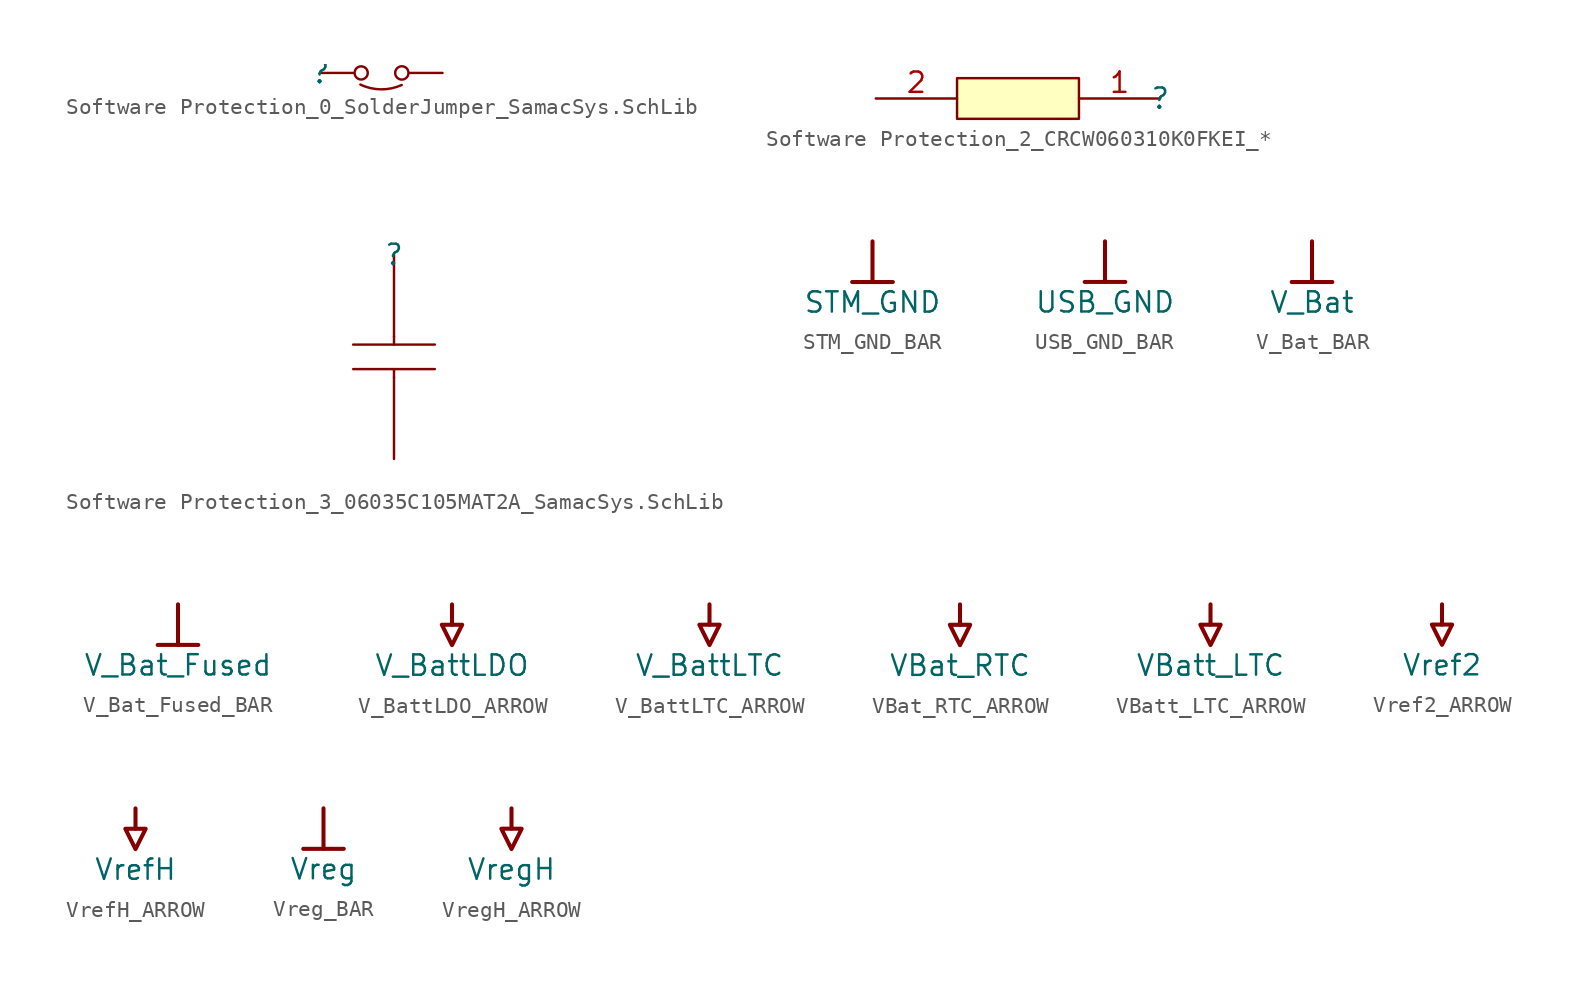
<source format=kicad_sym>
(kicad_symbol_lib
  (version 20241209)
  (generator "kicad_symbol_editor")
  (generator_version "9.0")
  (symbol "Software Protection_0_SolderJumper_SamacSys.SchLib"
    (pin_numbers
      (hide yes))
    (pin_names
      (hide yes))
    (property "Reference" ""
      (at 0 0 0)
      (effects (font (size 1.27 1.27))))
    (property "Value" ""
      (at 0 0 0)
      (effects (font (size 1.27 1.27))))
    (symbol "Software Protection_0_SolderJumper_SamacSys.SchLib_1_0"
      (circle (center 2.54 0) (radius 0.411) (stroke (width 0) (type solid)) (fill (type none)))
      (arc (start 5.0724 -0.7544) (mid 3.7782 -1.0269) (end 2.49 -0.7275) (stroke (width 0) (type solid)) (fill (type none)))
      (circle (center 5.08 0) (radius 0.416) (stroke (width 0) (type solid)) (fill (type none)))
      (pin passive line (at 0 0 0) (length 2.032) (name "1" (effects (font (size 1.27 1.27)))) (number "1" (effects (font (size 1.27 1.27)))))
      (pin passive line (at 7.62 0 180) (length 2.032) (name "2" (effects (font (size 1.27 1.27)))) (number "2" (effects (font (size 1.27 1.27)))))))
  (symbol "Software Protection_2_CRCW060310K0FKEI_*"
    (pin_names
      (hide yes))
    (property "Reference" ""
      (at 0 0 0)
      (effects (font (size 1.27 1.27))))
    (property "Value" ""
      (at 0 0 0)
      (effects (font (size 1.27 1.27))))
    (symbol "Software Protection_2_CRCW060310K0FKEI_*_1_0"
      (rectangle (start -5.08 1.27) (end -12.7 -1.27) (stroke (width 0) (type solid) (color 128 0 0 1)) (fill (type background)))
      (pin passive line (at -17.78 0 0) (length 5.08) (name "2" (effects (font (size 1.27 1.27)))) (number "2" (effects (font (size 1.27 1.27)))))
      (pin passive line (at 0 0 180) (length 5.08) (name "1" (effects (font (size 1.27 1.27)))) (number "1" (effects (font (size 1.27 1.27)))))))
  (symbol "Software Protection_3_06035C105MAT2A_SamacSys.SchLib"
    (pin_numbers
      (hide yes))
    (pin_names
      (hide yes))
    (property "Reference" ""
      (at 0 0 0)
      (effects (font (size 1.27 1.27))))
    (property "Value" ""
      (at 0 0 0)
      (effects (font (size 1.27 1.27))))
    (symbol "Software Protection_3_06035C105MAT2A_SamacSys.SchLib_1_0"
      (polyline (pts (xy 0 -5.08) (xy 0 -5.588)) (stroke (width 0) (type solid)) (fill (type none)))
      (polyline (pts (xy 0 -7.112) (xy 0 -7.62)) (stroke (width 0) (type solid)) (fill (type none)))
      (polyline (pts (xy 2.54 -5.588) (xy -2.54 -5.588)) (stroke (width 0) (type solid)) (fill (type none)))
      (polyline (pts (xy 2.54 -7.112) (xy -2.54 -7.112)) (stroke (width 0) (type solid)) (fill (type none)))
      (pin passive line (at 0 0 270) (length 5.08) (name "1" (effects (font (size 1.27 1.27)))) (number "1" (effects (font (size 1.27 1.27)))))
      (pin passive line (at 0 -12.7 90) (length 5.08) (name "2" (effects (font (size 1.27 1.27)))) (number "2" (effects (font (size 1.27 1.27)))))))
  (symbol "STM_GND_BAR"
    (power)
    (property "Reference" "#PWR"
      (at 0 0 0)
      (effects (font (size 1.27 1.27)) (hide yes)))
    (property "Value" "STM_GND"
      (at 0 -3.81 0)
      (effects (font (size 1.27 1.27))))
    (symbol "STM_GND_BAR_0_0"
      (polyline (pts (xy -1.27 -2.54) (xy 1.27 -2.54)) (stroke (width 0.254) (type solid)) (fill (type none)))
      (polyline (pts (xy 0 0) (xy 0 -2.54)) (stroke (width 0.254) (type solid)) (fill (type none)))
      (pin power_in line (at 0 0 0) (length 0) (hide yes) (name "STM_GND" (effects (font (size 1.27 1.27)))) (number "" (effects (font (size 1.27 1.27)))))))
  (symbol "USB_GND_BAR"
    (power)
    (property "Reference" "#PWR"
      (at 0 0 0)
      (effects (font (size 1.27 1.27)) (hide yes)))
    (property "Value" "USB_GND"
      (at 0 -3.81 0)
      (effects (font (size 1.27 1.27))))
    (symbol "USB_GND_BAR_0_0"
      (polyline (pts (xy -1.27 -2.54) (xy 1.27 -2.54)) (stroke (width 0.254) (type solid)) (fill (type none)))
      (polyline (pts (xy 0 0) (xy 0 -2.54)) (stroke (width 0.254) (type solid)) (fill (type none)))
      (pin power_in line (at 0 0 0) (length 0) (hide yes) (name "USB_GND" (effects (font (size 1.27 1.27)))) (number "" (effects (font (size 1.27 1.27)))))))
  (symbol "V_Bat_BAR"
    (power)
    (property "Reference" "#PWR"
      (at 0 0 0)
      (effects (font (size 1.27 1.27)) (hide yes)))
    (property "Value" "V_Bat"
      (at 0 -3.81 0)
      (effects (font (size 1.27 1.27))))
    (symbol "V_Bat_BAR_0_0"
      (polyline (pts (xy -1.27 -2.54) (xy 1.27 -2.54)) (stroke (width 0.254) (type solid)) (fill (type none)))
      (polyline (pts (xy 0 0) (xy 0 -2.54)) (stroke (width 0.254) (type solid)) (fill (type none)))
      (pin power_in line (at 0 0 0) (length 0) (hide yes) (name "V_Bat" (effects (font (size 1.27 1.27)))) (number "" (effects (font (size 1.27 1.27)))))))
  (symbol "V_Bat_Fused_BAR"
    (power)
    (property "Reference" "#PWR"
      (at 0 0 0)
      (effects (font (size 1.27 1.27)) (hide yes)))
    (property "Value" "V_Bat_Fused"
      (at 0 -3.81 0)
      (effects (font (size 1.27 1.27))))
    (symbol "V_Bat_Fused_BAR_0_0"
      (polyline (pts (xy -1.27 -2.54) (xy 1.27 -2.54)) (stroke (width 0.254) (type solid)) (fill (type none)))
      (polyline (pts (xy 0 0) (xy 0 -2.54)) (stroke (width 0.254) (type solid)) (fill (type none)))
      (pin power_in line (at 0 0 0) (length 0) (hide yes) (name "V_Bat_Fused" (effects (font (size 1.27 1.27)))) (number "" (effects (font (size 1.27 1.27)))))))
  (symbol "V_BattLDO_ARROW"
    (power)
    (property "Reference" "#PWR"
      (at 0 0 0)
      (effects (font (size 1.27 1.27)) (hide yes)))
    (property "Value" "V_BattLDO"
      (at 0 -3.81 0)
      (effects (font (size 1.27 1.27))))
    (symbol "V_BattLDO_ARROW_0_0"
      (polyline (pts (xy -0.635 -1.27) (xy 0.635 -1.27) (xy 0 -2.54) (xy -0.635 -1.27)) (stroke (width 0.254) (type solid)) (fill (type none)))
      (polyline (pts (xy 0 0) (xy 0 -1.27)) (stroke (width 0.254) (type solid)) (fill (type none)))
      (pin power_in line (at 0 0 0) (length 0) (hide yes) (name "V_BattLDO" (effects (font (size 1.27 1.27)))) (number "" (effects (font (size 1.27 1.27)))))))
  (symbol "V_BattLTC_ARROW"
    (power)
    (property "Reference" "#PWR"
      (at 0 0 0)
      (effects (font (size 1.27 1.27)) (hide yes)))
    (property "Value" "V_BattLTC"
      (at 0 -3.81 0)
      (effects (font (size 1.27 1.27))))
    (symbol "V_BattLTC_ARROW_0_0"
      (polyline (pts (xy -0.635 -1.27) (xy 0.635 -1.27) (xy 0 -2.54) (xy -0.635 -1.27)) (stroke (width 0.254) (type solid)) (fill (type none)))
      (polyline (pts (xy 0 0) (xy 0 -1.27)) (stroke (width 0.254) (type solid)) (fill (type none)))
      (pin power_in line (at 0 0 0) (length 0) (hide yes) (name "V_BattLTC" (effects (font (size 1.27 1.27)))) (number "" (effects (font (size 1.27 1.27)))))))
  (symbol "VBat_RTC_ARROW"
    (power)
    (property "Reference" "#PWR"
      (at 0 0 0)
      (effects (font (size 1.27 1.27)) (hide yes)))
    (property "Value" "VBat_RTC"
      (at 0 -3.81 0)
      (effects (font (size 1.27 1.27))))
    (symbol "VBat_RTC_ARROW_0_0"
      (polyline (pts (xy -0.635 -1.27) (xy 0.635 -1.27) (xy 0 -2.54) (xy -0.635 -1.27)) (stroke (width 0.254) (type solid)) (fill (type none)))
      (polyline (pts (xy 0 0) (xy 0 -1.27)) (stroke (width 0.254) (type solid)) (fill (type none)))
      (pin power_in line (at 0 0 0) (length 0) (hide yes) (name "VBat_RTC" (effects (font (size 1.27 1.27)))) (number "" (effects (font (size 1.27 1.27)))))))
  (symbol "VBatt_LTC_ARROW"
    (power)
    (property "Reference" "#PWR"
      (at 0 0 0)
      (effects (font (size 1.27 1.27)) (hide yes)))
    (property "Value" "VBatt_LTC"
      (at 0 -3.81 0)
      (effects (font (size 1.27 1.27))))
    (symbol "VBatt_LTC_ARROW_0_0"
      (polyline (pts (xy -0.635 -1.27) (xy 0.635 -1.27) (xy 0 -2.54) (xy -0.635 -1.27)) (stroke (width 0.254) (type solid)) (fill (type none)))
      (polyline (pts (xy 0 0) (xy 0 -1.27)) (stroke (width 0.254) (type solid)) (fill (type none)))
      (pin power_in line (at 0 0 0) (length 0) (hide yes) (name "VBatt_LTC" (effects (font (size 1.27 1.27)))) (number "" (effects (font (size 1.27 1.27)))))))
  (symbol "Vref2_ARROW"
    (power)
    (property "Reference" "#PWR"
      (at 0 0 0)
      (effects (font (size 1.27 1.27)) (hide yes)))
    (property "Value" "Vref2"
      (at 0 -3.81 0)
      (effects (font (size 1.27 1.27))))
    (symbol "Vref2_ARROW_0_0"
      (polyline (pts (xy -0.635 -1.27) (xy 0.635 -1.27) (xy 0 -2.54) (xy -0.635 -1.27)) (stroke (width 0.254) (type solid)) (fill (type none)))
      (polyline (pts (xy 0 0) (xy 0 -1.27)) (stroke (width 0.254) (type solid)) (fill (type none)))
      (pin power_in line (at 0 0 0) (length 0) (hide yes) (name "Vref2" (effects (font (size 1.27 1.27)))) (number "" (effects (font (size 1.27 1.27)))))))
  (symbol "VrefH_ARROW"
    (power)
    (property "Reference" "#PWR"
      (at 0 0 0)
      (effects (font (size 1.27 1.27)) (hide yes)))
    (property "Value" "VrefH"
      (at 0 -3.81 0)
      (effects (font (size 1.27 1.27))))
    (symbol "VrefH_ARROW_0_0"
      (polyline (pts (xy -0.635 -1.27) (xy 0.635 -1.27) (xy 0 -2.54) (xy -0.635 -1.27)) (stroke (width 0.254) (type solid)) (fill (type none)))
      (polyline (pts (xy 0 0) (xy 0 -1.27)) (stroke (width 0.254) (type solid)) (fill (type none)))
      (pin power_in line (at 0 0 0) (length 0) (hide yes) (name "VrefH" (effects (font (size 1.27 1.27)))) (number "" (effects (font (size 1.27 1.27)))))))
  (symbol "Vreg_BAR"
    (power)
    (property "Reference" "#PWR"
      (at 0 0 0)
      (effects (font (size 1.27 1.27)) (hide yes)))
    (property "Value" "Vreg"
      (at 0 -3.81 0)
      (effects (font (size 1.27 1.27))))
    (symbol "Vreg_BAR_0_0"
      (polyline (pts (xy -1.27 -2.54) (xy 1.27 -2.54)) (stroke (width 0.254) (type solid)) (fill (type none)))
      (polyline (pts (xy 0 0) (xy 0 -2.54)) (stroke (width 0.254) (type solid)) (fill (type none)))
      (pin power_in line (at 0 0 0) (length 0) (hide yes) (name "Vreg" (effects (font (size 1.27 1.27)))) (number "" (effects (font (size 1.27 1.27)))))))
  (symbol "VregH_ARROW"
    (power)
    (property "Reference" "#PWR"
      (at 0 0 0)
      (effects (font (size 1.27 1.27)) (hide yes)))
    (property "Value" "VregH"
      (at 0 -3.81 0)
      (effects (font (size 1.27 1.27))))
    (symbol "VregH_ARROW_0_0"
      (polyline (pts (xy -0.635 -1.27) (xy 0.635 -1.27) (xy 0 -2.54) (xy -0.635 -1.27)) (stroke (width 0.254) (type solid)) (fill (type none)))
      (polyline (pts (xy 0 0) (xy 0 -1.27)) (stroke (width 0.254) (type solid)) (fill (type none)))
      (pin power_in line (at 0 0 0) (length 0) (hide yes) (name "VregH" (effects (font (size 1.27 1.27)))) (number "" (effects (font (size 1.27 1.27))))))))
</source>
